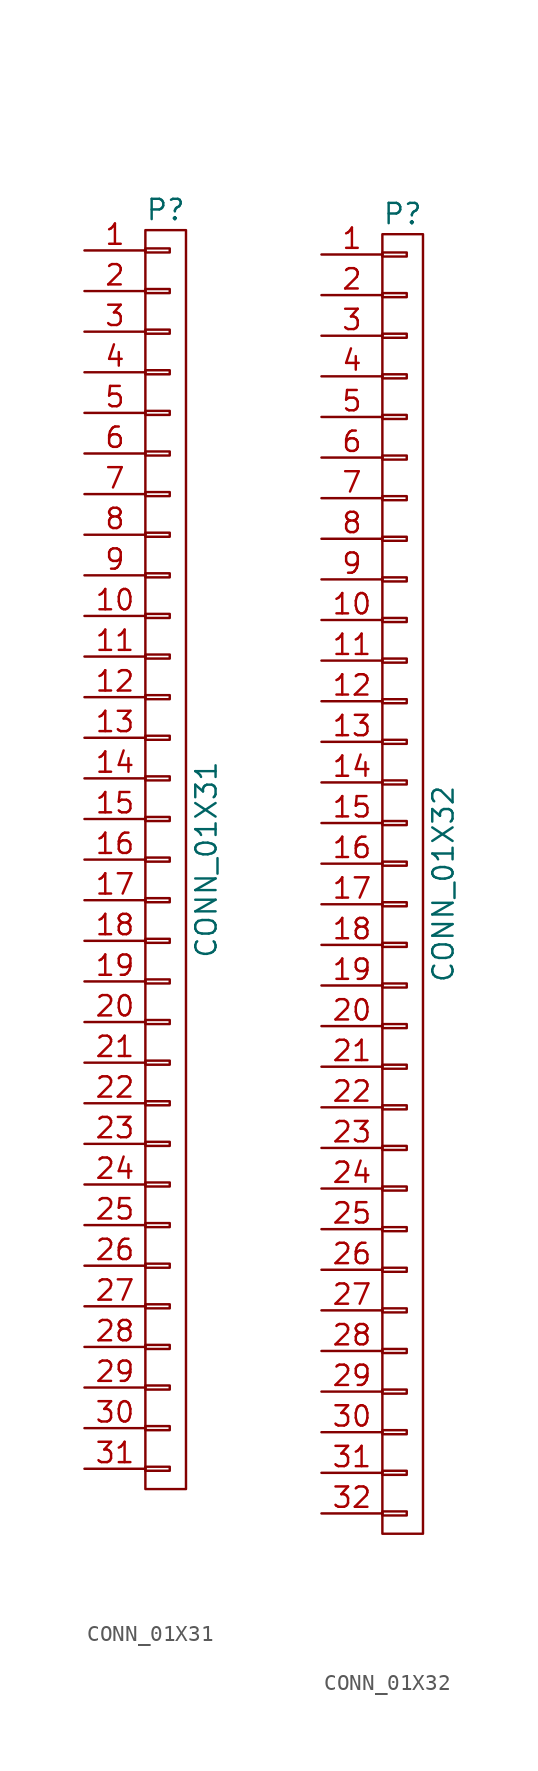
<source format=kicad_sym>
(kicad_symbol_lib
  (version 20211014)
  (generator kicad_symbol_editor)
  (symbol "CONN_01X31"
    (pin_names
      (offset 1.016) hide)
    (property "Reference" "P"
      (at 0 40.64 0)
      (effects (font (size 1.27 1.27))))
    (property "Value" "CONN_01X31"
      (at 2.54 0 90)
      (effects (font (size 1.27 1.27))))
    (property "Footprint" ""
      (at 0 0 0)
      (effects (font (size 1.27 1.27))))
    (property "Datasheet" ""
      (at 0 0 0)
      (effects (font (size 1.27 1.27))))
    (symbol "CONN_01X31_0_1"
      (rectangle (start -1.27 -39.37) (end 1.27 39.37) (stroke (width 0) (type default) (color 0 0 0 0)) (fill (type none)))
      (rectangle (start -1.27 -37.973) (end 0.254 -38.227) (stroke (width 0) (type default) (color 0 0 0 0)) (fill (type none)))
      (rectangle (start -1.27 -35.433) (end 0.254 -35.687) (stroke (width 0) (type default) (color 0 0 0 0)) (fill (type none)))
      (rectangle (start -1.27 -32.893) (end 0.254 -33.147) (stroke (width 0) (type default) (color 0 0 0 0)) (fill (type none)))
      (rectangle (start -1.27 -30.353) (end 0.254 -30.607) (stroke (width 0) (type default) (color 0 0 0 0)) (fill (type none)))
      (rectangle (start -1.27 -27.813) (end 0.254 -28.067) (stroke (width 0) (type default) (color 0 0 0 0)) (fill (type none)))
      (rectangle (start -1.27 -25.273) (end 0.254 -25.527) (stroke (width 0) (type default) (color 0 0 0 0)) (fill (type none)))
      (rectangle (start -1.27 -22.733) (end 0.254 -22.987) (stroke (width 0) (type default) (color 0 0 0 0)) (fill (type none)))
      (rectangle (start -1.27 -20.193) (end 0.254 -20.447) (stroke (width 0) (type default) (color 0 0 0 0)) (fill (type none)))
      (rectangle (start -1.27 -17.653) (end 0.254 -17.907) (stroke (width 0) (type default) (color 0 0 0 0)) (fill (type none)))
      (rectangle (start -1.27 -15.113) (end 0.254 -15.367) (stroke (width 0) (type default) (color 0 0 0 0)) (fill (type none)))
      (rectangle (start -1.27 -12.573) (end 0.254 -12.827) (stroke (width 0) (type default) (color 0 0 0 0)) (fill (type none)))
      (rectangle (start -1.27 -10.033) (end 0.254 -10.287) (stroke (width 0) (type default) (color 0 0 0 0)) (fill (type none)))
      (rectangle (start -1.27 -7.493) (end 0.254 -7.747) (stroke (width 0) (type default) (color 0 0 0 0)) (fill (type none)))
      (rectangle (start -1.27 -4.953) (end 0.254 -5.207) (stroke (width 0) (type default) (color 0 0 0 0)) (fill (type none)))
      (rectangle (start -1.27 -2.413) (end 0.254 -2.667) (stroke (width 0) (type default) (color 0 0 0 0)) (fill (type none)))
      (rectangle (start -1.27 0.127) (end 0.254 -0.127) (stroke (width 0) (type default) (color 0 0 0 0)) (fill (type none)))
      (rectangle (start -1.27 2.667) (end 0.254 2.413) (stroke (width 0) (type default) (color 0 0 0 0)) (fill (type none)))
      (rectangle (start -1.27 5.207) (end 0.254 4.953) (stroke (width 0) (type default) (color 0 0 0 0)) (fill (type none)))
      (rectangle (start -1.27 7.747) (end 0.254 7.493) (stroke (width 0) (type default) (color 0 0 0 0)) (fill (type none)))
      (rectangle (start -1.27 10.287) (end 0.254 10.033) (stroke (width 0) (type default) (color 0 0 0 0)) (fill (type none)))
      (rectangle (start -1.27 12.827) (end 0.254 12.573) (stroke (width 0) (type default) (color 0 0 0 0)) (fill (type none)))
      (rectangle (start -1.27 15.367) (end 0.254 15.113) (stroke (width 0) (type default) (color 0 0 0 0)) (fill (type none)))
      (rectangle (start -1.27 17.907) (end 0.254 17.653) (stroke (width 0) (type default) (color 0 0 0 0)) (fill (type none)))
      (rectangle (start -1.27 20.447) (end 0.254 20.193) (stroke (width 0) (type default) (color 0 0 0 0)) (fill (type none)))
      (rectangle (start -1.27 22.987) (end 0.254 22.733) (stroke (width 0) (type default) (color 0 0 0 0)) (fill (type none)))
      (rectangle (start -1.27 25.527) (end 0.254 25.273) (stroke (width 0) (type default) (color 0 0 0 0)) (fill (type none)))
      (rectangle (start -1.27 28.067) (end 0.254 27.813) (stroke (width 0) (type default) (color 0 0 0 0)) (fill (type none)))
      (rectangle (start -1.27 30.607) (end 0.254 30.353) (stroke (width 0) (type default) (color 0 0 0 0)) (fill (type none)))
      (rectangle (start -1.27 33.147) (end 0.254 32.893) (stroke (width 0) (type default) (color 0 0 0 0)) (fill (type none)))
      (rectangle (start -1.27 35.687) (end 0.254 35.433) (stroke (width 0) (type default) (color 0 0 0 0)) (fill (type none)))
      (rectangle (start -1.27 38.227) (end 0.254 37.973) (stroke (width 0) (type default) (color 0 0 0 0)) (fill (type none))))
    (symbol "CONN_01X31_1_1"
      (pin passive line (at -5.08 38.1 0) (length 3.81) (name "P1" (effects (font (size 1.27 1.27)))) (number "1" (effects (font (size 1.27 1.27)))))
      (pin passive line (at -5.08 15.24 0) (length 3.81) (name "P10" (effects (font (size 1.27 1.27)))) (number "10" (effects (font (size 1.27 1.27)))))
      (pin passive line (at -5.08 12.7 0) (length 3.81) (name "P11" (effects (font (size 1.27 1.27)))) (number "11" (effects (font (size 1.27 1.27)))))
      (pin passive line (at -5.08 10.16 0) (length 3.81) (name "P12" (effects (font (size 1.27 1.27)))) (number "12" (effects (font (size 1.27 1.27)))))
      (pin passive line (at -5.08 7.62 0) (length 3.81) (name "P13" (effects (font (size 1.27 1.27)))) (number "13" (effects (font (size 1.27 1.27)))))
      (pin passive line (at -5.08 5.08 0) (length 3.81) (name "P14" (effects (font (size 1.27 1.27)))) (number "14" (effects (font (size 1.27 1.27)))))
      (pin passive line (at -5.08 2.54 0) (length 3.81) (name "P15" (effects (font (size 1.27 1.27)))) (number "15" (effects (font (size 1.27 1.27)))))
      (pin passive line (at -5.08 0 0) (length 3.81) (name "P16" (effects (font (size 1.27 1.27)))) (number "16" (effects (font (size 1.27 1.27)))))
      (pin passive line (at -5.08 -2.54 0) (length 3.81) (name "P17" (effects (font (size 1.27 1.27)))) (number "17" (effects (font (size 1.27 1.27)))))
      (pin passive line (at -5.08 -5.08 0) (length 3.81) (name "P18" (effects (font (size 1.27 1.27)))) (number "18" (effects (font (size 1.27 1.27)))))
      (pin passive line (at -5.08 -7.62 0) (length 3.81) (name "P19" (effects (font (size 1.27 1.27)))) (number "19" (effects (font (size 1.27 1.27)))))
      (pin passive line (at -5.08 35.56 0) (length 3.81) (name "P2" (effects (font (size 1.27 1.27)))) (number "2" (effects (font (size 1.27 1.27)))))
      (pin passive line (at -5.08 -10.16 0) (length 3.81) (name "P20" (effects (font (size 1.27 1.27)))) (number "20" (effects (font (size 1.27 1.27)))))
      (pin passive line (at -5.08 -12.7 0) (length 3.81) (name "P21" (effects (font (size 1.27 1.27)))) (number "21" (effects (font (size 1.27 1.27)))))
      (pin passive line (at -5.08 -15.24 0) (length 3.81) (name "P22" (effects (font (size 1.27 1.27)))) (number "22" (effects (font (size 1.27 1.27)))))
      (pin passive line (at -5.08 -17.78 0) (length 3.81) (name "P23" (effects (font (size 1.27 1.27)))) (number "23" (effects (font (size 1.27 1.27)))))
      (pin passive line (at -5.08 -20.32 0) (length 3.81) (name "P24" (effects (font (size 1.27 1.27)))) (number "24" (effects (font (size 1.27 1.27)))))
      (pin passive line (at -5.08 -22.86 0) (length 3.81) (name "P25" (effects (font (size 1.27 1.27)))) (number "25" (effects (font (size 1.27 1.27)))))
      (pin passive line (at -5.08 -25.4 0) (length 3.81) (name "P26" (effects (font (size 1.27 1.27)))) (number "26" (effects (font (size 1.27 1.27)))))
      (pin passive line (at -5.08 -27.94 0) (length 3.81) (name "P27" (effects (font (size 1.27 1.27)))) (number "27" (effects (font (size 1.27 1.27)))))
      (pin passive line (at -5.08 -30.48 0) (length 3.81) (name "P28" (effects (font (size 1.27 1.27)))) (number "28" (effects (font (size 1.27 1.27)))))
      (pin passive line (at -5.08 -33.02 0) (length 3.81) (name "P29" (effects (font (size 1.27 1.27)))) (number "29" (effects (font (size 1.27 1.27)))))
      (pin passive line (at -5.08 33.02 0) (length 3.81) (name "P3" (effects (font (size 1.27 1.27)))) (number "3" (effects (font (size 1.27 1.27)))))
      (pin passive line (at -5.08 -35.56 0) (length 3.81) (name "P30" (effects (font (size 1.27 1.27)))) (number "30" (effects (font (size 1.27 1.27)))))
      (pin passive line (at -5.08 -38.1 0) (length 3.81) (name "P31" (effects (font (size 1.27 1.27)))) (number "31" (effects (font (size 1.27 1.27)))))
      (pin passive line (at -5.08 30.48 0) (length 3.81) (name "P4" (effects (font (size 1.27 1.27)))) (number "4" (effects (font (size 1.27 1.27)))))
      (pin passive line (at -5.08 27.94 0) (length 3.81) (name "P5" (effects (font (size 1.27 1.27)))) (number "5" (effects (font (size 1.27 1.27)))))
      (pin passive line (at -5.08 25.4 0) (length 3.81) (name "P6" (effects (font (size 1.27 1.27)))) (number "6" (effects (font (size 1.27 1.27)))))
      (pin passive line (at -5.08 22.86 0) (length 3.81) (name "P7" (effects (font (size 1.27 1.27)))) (number "7" (effects (font (size 1.27 1.27)))))
      (pin passive line (at -5.08 20.32 0) (length 3.81) (name "P8" (effects (font (size 1.27 1.27)))) (number "8" (effects (font (size 1.27 1.27)))))
      (pin passive line (at -5.08 17.78 0) (length 3.81) (name "P9" (effects (font (size 1.27 1.27)))) (number "9" (effects (font (size 1.27 1.27)))))))
  (symbol "CONN_01X32"
    (pin_names
      (offset 1.016) hide)
    (property "Reference" "P"
      (at 0 41.91 0)
      (effects (font (size 1.27 1.27))))
    (property "Value" "CONN_01X32"
      (at 2.54 0 90)
      (effects (font (size 1.27 1.27))))
    (property "Footprint" ""
      (at 0 0 0)
      (effects (font (size 1.27 1.27))))
    (property "Datasheet" ""
      (at 0 0 0)
      (effects (font (size 1.27 1.27))))
    (symbol "CONN_01X32_0_1"
      (rectangle (start -1.27 -40.64) (end 1.27 40.64) (stroke (width 0) (type default) (color 0 0 0 0)) (fill (type none)))
      (rectangle (start -1.27 -39.243) (end 0.254 -39.497) (stroke (width 0) (type default) (color 0 0 0 0)) (fill (type none)))
      (rectangle (start -1.27 -36.703) (end 0.254 -36.957) (stroke (width 0) (type default) (color 0 0 0 0)) (fill (type none)))
      (rectangle (start -1.27 -34.163) (end 0.254 -34.417) (stroke (width 0) (type default) (color 0 0 0 0)) (fill (type none)))
      (rectangle (start -1.27 -31.623) (end 0.254 -31.877) (stroke (width 0) (type default) (color 0 0 0 0)) (fill (type none)))
      (rectangle (start -1.27 -29.083) (end 0.254 -29.337) (stroke (width 0) (type default) (color 0 0 0 0)) (fill (type none)))
      (rectangle (start -1.27 -26.543) (end 0.254 -26.797) (stroke (width 0) (type default) (color 0 0 0 0)) (fill (type none)))
      (rectangle (start -1.27 -24.003) (end 0.254 -24.257) (stroke (width 0) (type default) (color 0 0 0 0)) (fill (type none)))
      (rectangle (start -1.27 -21.463) (end 0.254 -21.717) (stroke (width 0) (type default) (color 0 0 0 0)) (fill (type none)))
      (rectangle (start -1.27 -18.923) (end 0.254 -19.177) (stroke (width 0) (type default) (color 0 0 0 0)) (fill (type none)))
      (rectangle (start -1.27 -16.383) (end 0.254 -16.637) (stroke (width 0) (type default) (color 0 0 0 0)) (fill (type none)))
      (rectangle (start -1.27 -13.843) (end 0.254 -14.097) (stroke (width 0) (type default) (color 0 0 0 0)) (fill (type none)))
      (rectangle (start -1.27 -11.303) (end 0.254 -11.557) (stroke (width 0) (type default) (color 0 0 0 0)) (fill (type none)))
      (rectangle (start -1.27 -8.763) (end 0.254 -9.017) (stroke (width 0) (type default) (color 0 0 0 0)) (fill (type none)))
      (rectangle (start -1.27 -6.223) (end 0.254 -6.477) (stroke (width 0) (type default) (color 0 0 0 0)) (fill (type none)))
      (rectangle (start -1.27 -3.683) (end 0.254 -3.937) (stroke (width 0) (type default) (color 0 0 0 0)) (fill (type none)))
      (rectangle (start -1.27 -1.143) (end 0.254 -1.397) (stroke (width 0) (type default) (color 0 0 0 0)) (fill (type none)))
      (rectangle (start -1.27 1.397) (end 0.254 1.143) (stroke (width 0) (type default) (color 0 0 0 0)) (fill (type none)))
      (rectangle (start -1.27 3.937) (end 0.254 3.683) (stroke (width 0) (type default) (color 0 0 0 0)) (fill (type none)))
      (rectangle (start -1.27 6.477) (end 0.254 6.223) (stroke (width 0) (type default) (color 0 0 0 0)) (fill (type none)))
      (rectangle (start -1.27 9.017) (end 0.254 8.763) (stroke (width 0) (type default) (color 0 0 0 0)) (fill (type none)))
      (rectangle (start -1.27 11.557) (end 0.254 11.303) (stroke (width 0) (type default) (color 0 0 0 0)) (fill (type none)))
      (rectangle (start -1.27 14.097) (end 0.254 13.843) (stroke (width 0) (type default) (color 0 0 0 0)) (fill (type none)))
      (rectangle (start -1.27 16.637) (end 0.254 16.383) (stroke (width 0) (type default) (color 0 0 0 0)) (fill (type none)))
      (rectangle (start -1.27 19.177) (end 0.254 18.923) (stroke (width 0) (type default) (color 0 0 0 0)) (fill (type none)))
      (rectangle (start -1.27 21.717) (end 0.254 21.463) (stroke (width 0) (type default) (color 0 0 0 0)) (fill (type none)))
      (rectangle (start -1.27 24.257) (end 0.254 24.003) (stroke (width 0) (type default) (color 0 0 0 0)) (fill (type none)))
      (rectangle (start -1.27 26.797) (end 0.254 26.543) (stroke (width 0) (type default) (color 0 0 0 0)) (fill (type none)))
      (rectangle (start -1.27 29.337) (end 0.254 29.083) (stroke (width 0) (type default) (color 0 0 0 0)) (fill (type none)))
      (rectangle (start -1.27 31.877) (end 0.254 31.623) (stroke (width 0) (type default) (color 0 0 0 0)) (fill (type none)))
      (rectangle (start -1.27 34.417) (end 0.254 34.163) (stroke (width 0) (type default) (color 0 0 0 0)) (fill (type none)))
      (rectangle (start -1.27 36.957) (end 0.254 36.703) (stroke (width 0) (type default) (color 0 0 0 0)) (fill (type none)))
      (rectangle (start -1.27 39.497) (end 0.254 39.243) (stroke (width 0) (type default) (color 0 0 0 0)) (fill (type none))))
    (symbol "CONN_01X32_1_1"
      (pin passive line (at -5.08 39.37 0) (length 3.81) (name "P1" (effects (font (size 1.27 1.27)))) (number "1" (effects (font (size 1.27 1.27)))))
      (pin passive line (at -5.08 16.51 0) (length 3.81) (name "P10" (effects (font (size 1.27 1.27)))) (number "10" (effects (font (size 1.27 1.27)))))
      (pin passive line (at -5.08 13.97 0) (length 3.81) (name "P11" (effects (font (size 1.27 1.27)))) (number "11" (effects (font (size 1.27 1.27)))))
      (pin passive line (at -5.08 11.43 0) (length 3.81) (name "P12" (effects (font (size 1.27 1.27)))) (number "12" (effects (font (size 1.27 1.27)))))
      (pin passive line (at -5.08 8.89 0) (length 3.81) (name "P13" (effects (font (size 1.27 1.27)))) (number "13" (effects (font (size 1.27 1.27)))))
      (pin passive line (at -5.08 6.35 0) (length 3.81) (name "P14" (effects (font (size 1.27 1.27)))) (number "14" (effects (font (size 1.27 1.27)))))
      (pin passive line (at -5.08 3.81 0) (length 3.81) (name "P15" (effects (font (size 1.27 1.27)))) (number "15" (effects (font (size 1.27 1.27)))))
      (pin passive line (at -5.08 1.27 0) (length 3.81) (name "P16" (effects (font (size 1.27 1.27)))) (number "16" (effects (font (size 1.27 1.27)))))
      (pin passive line (at -5.08 -1.27 0) (length 3.81) (name "P17" (effects (font (size 1.27 1.27)))) (number "17" (effects (font (size 1.27 1.27)))))
      (pin passive line (at -5.08 -3.81 0) (length 3.81) (name "P18" (effects (font (size 1.27 1.27)))) (number "18" (effects (font (size 1.27 1.27)))))
      (pin passive line (at -5.08 -6.35 0) (length 3.81) (name "P19" (effects (font (size 1.27 1.27)))) (number "19" (effects (font (size 1.27 1.27)))))
      (pin passive line (at -5.08 36.83 0) (length 3.81) (name "P2" (effects (font (size 1.27 1.27)))) (number "2" (effects (font (size 1.27 1.27)))))
      (pin passive line (at -5.08 -8.89 0) (length 3.81) (name "P20" (effects (font (size 1.27 1.27)))) (number "20" (effects (font (size 1.27 1.27)))))
      (pin passive line (at -5.08 -11.43 0) (length 3.81) (name "P21" (effects (font (size 1.27 1.27)))) (number "21" (effects (font (size 1.27 1.27)))))
      (pin passive line (at -5.08 -13.97 0) (length 3.81) (name "P22" (effects (font (size 1.27 1.27)))) (number "22" (effects (font (size 1.27 1.27)))))
      (pin passive line (at -5.08 -16.51 0) (length 3.81) (name "P23" (effects (font (size 1.27 1.27)))) (number "23" (effects (font (size 1.27 1.27)))))
      (pin passive line (at -5.08 -19.05 0) (length 3.81) (name "P24" (effects (font (size 1.27 1.27)))) (number "24" (effects (font (size 1.27 1.27)))))
      (pin passive line (at -5.08 -21.59 0) (length 3.81) (name "P25" (effects (font (size 1.27 1.27)))) (number "25" (effects (font (size 1.27 1.27)))))
      (pin passive line (at -5.08 -24.13 0) (length 3.81) (name "P26" (effects (font (size 1.27 1.27)))) (number "26" (effects (font (size 1.27 1.27)))))
      (pin passive line (at -5.08 -26.67 0) (length 3.81) (name "P27" (effects (font (size 1.27 1.27)))) (number "27" (effects (font (size 1.27 1.27)))))
      (pin passive line (at -5.08 -29.21 0) (length 3.81) (name "P28" (effects (font (size 1.27 1.27)))) (number "28" (effects (font (size 1.27 1.27)))))
      (pin passive line (at -5.08 -31.75 0) (length 3.81) (name "P29" (effects (font (size 1.27 1.27)))) (number "29" (effects (font (size 1.27 1.27)))))
      (pin passive line (at -5.08 34.29 0) (length 3.81) (name "P3" (effects (font (size 1.27 1.27)))) (number "3" (effects (font (size 1.27 1.27)))))
      (pin passive line (at -5.08 -34.29 0) (length 3.81) (name "P30" (effects (font (size 1.27 1.27)))) (number "30" (effects (font (size 1.27 1.27)))))
      (pin passive line (at -5.08 -36.83 0) (length 3.81) (name "P31" (effects (font (size 1.27 1.27)))) (number "31" (effects (font (size 1.27 1.27)))))
      (pin passive line (at -5.08 -39.37 0) (length 3.81) (name "P32" (effects (font (size 1.27 1.27)))) (number "32" (effects (font (size 1.27 1.27)))))
      (pin passive line (at -5.08 31.75 0) (length 3.81) (name "P4" (effects (font (size 1.27 1.27)))) (number "4" (effects (font (size 1.27 1.27)))))
      (pin passive line (at -5.08 29.21 0) (length 3.81) (name "P5" (effects (font (size 1.27 1.27)))) (number "5" (effects (font (size 1.27 1.27)))))
      (pin passive line (at -5.08 26.67 0) (length 3.81) (name "P6" (effects (font (size 1.27 1.27)))) (number "6" (effects (font (size 1.27 1.27)))))
      (pin passive line (at -5.08 24.13 0) (length 3.81) (name "P7" (effects (font (size 1.27 1.27)))) (number "7" (effects (font (size 1.27 1.27)))))
      (pin passive line (at -5.08 21.59 0) (length 3.81) (name "P8" (effects (font (size 1.27 1.27)))) (number "8" (effects (font (size 1.27 1.27)))))
      (pin passive line (at -5.08 19.05 0) (length 3.81) (name "P9" (effects (font (size 1.27 1.27)))) (number "9" (effects (font (size 1.27 1.27))))))))
</source>
